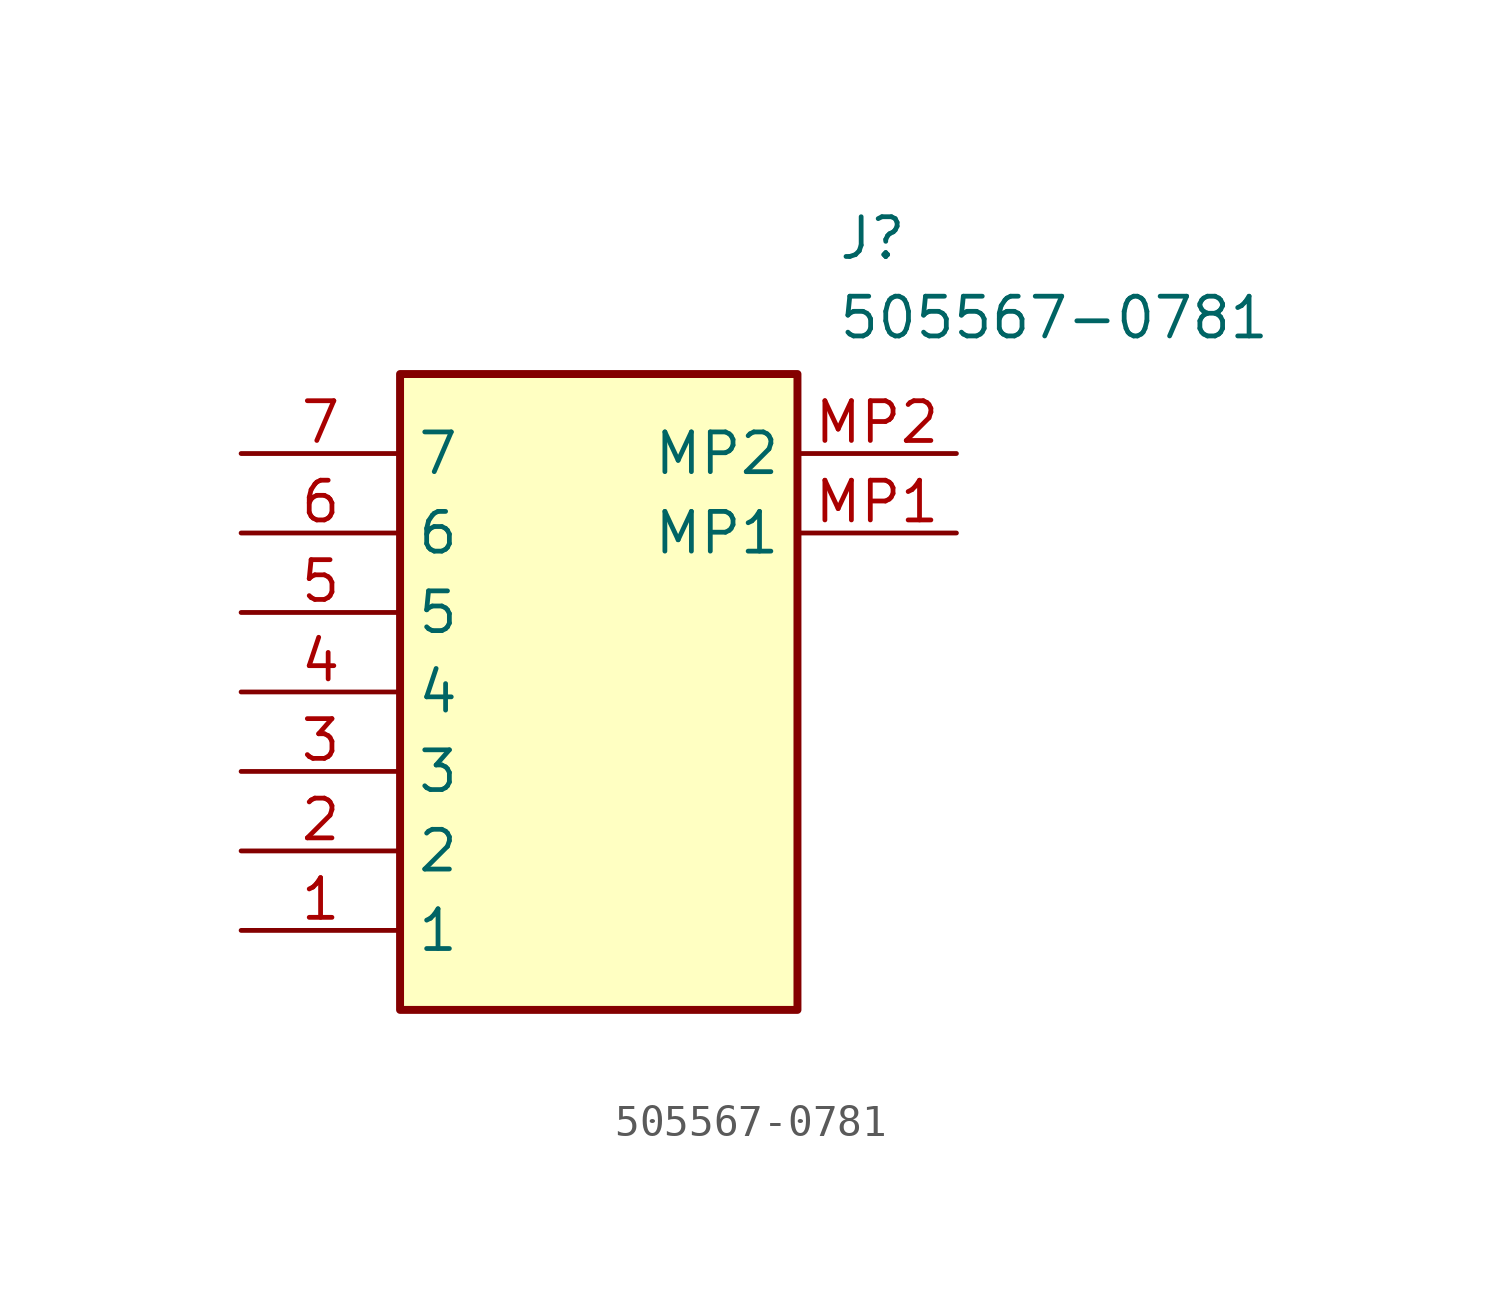
<source format=kicad_sym>
(kicad_symbol_lib
  (version 20211014)
  (generator SamacSys_ECAD_Model)
  (symbol "505567-0781"
    (property "Reference" "J"
      (at 19.05 7.62 0)
      (effects (font (size 1.27 1.27)) (justify left top)))
    (property "Value" "505567-0781"
      (at 19.05 5.08 0)
      (effects (font (size 1.27 1.27)) (justify left top)))
    (rectangle
      (start 5.08 2.54)
      (end 17.78 -17.78)
      (stroke (width 0.254) (type default))
      (fill (type background)))
    (pin passive line
      (at 0 -15.24 0)
      (length 5.08)
      (name "1" (effects (font (size 1.27 1.27))))
      (number "1" (effects (font (size 1.27 1.27)))))
    (pin passive line
      (at 0 -12.7 0)
      (length 5.08)
      (name "2" (effects (font (size 1.27 1.27))))
      (number "2" (effects (font (size 1.27 1.27)))))
    (pin passive line
      (at 0 -10.16 0)
      (length 5.08)
      (name "3" (effects (font (size 1.27 1.27))))
      (number "3" (effects (font (size 1.27 1.27)))))
    (pin passive line
      (at 0 -7.62 0)
      (length 5.08)
      (name "4" (effects (font (size 1.27 1.27))))
      (number "4" (effects (font (size 1.27 1.27)))))
    (pin passive line
      (at 0 -5.08 0)
      (length 5.08)
      (name "5" (effects (font (size 1.27 1.27))))
      (number "5" (effects (font (size 1.27 1.27)))))
    (pin passive line
      (at 0 -2.54 0)
      (length 5.08)
      (name "6" (effects (font (size 1.27 1.27))))
      (number "6" (effects (font (size 1.27 1.27)))))
    (pin passive line
      (at 0 0 0)
      (length 5.08)
      (name "7" (effects (font (size 1.27 1.27))))
      (number "7" (effects (font (size 1.27 1.27)))))
    (pin passive line
      (at 22.86 -2.54 180)
      (length 5.08)
      (name "MP1" (effects (font (size 1.27 1.27))))
      (number "MP1" (effects (font (size 1.27 1.27)))))
    (pin passive line
      (at 22.86 0 180)
      (length 5.08)
      (name "MP2" (effects (font (size 1.27 1.27))))
      (number "MP2" (effects (font (size 1.27 1.27)))))))
</source>
